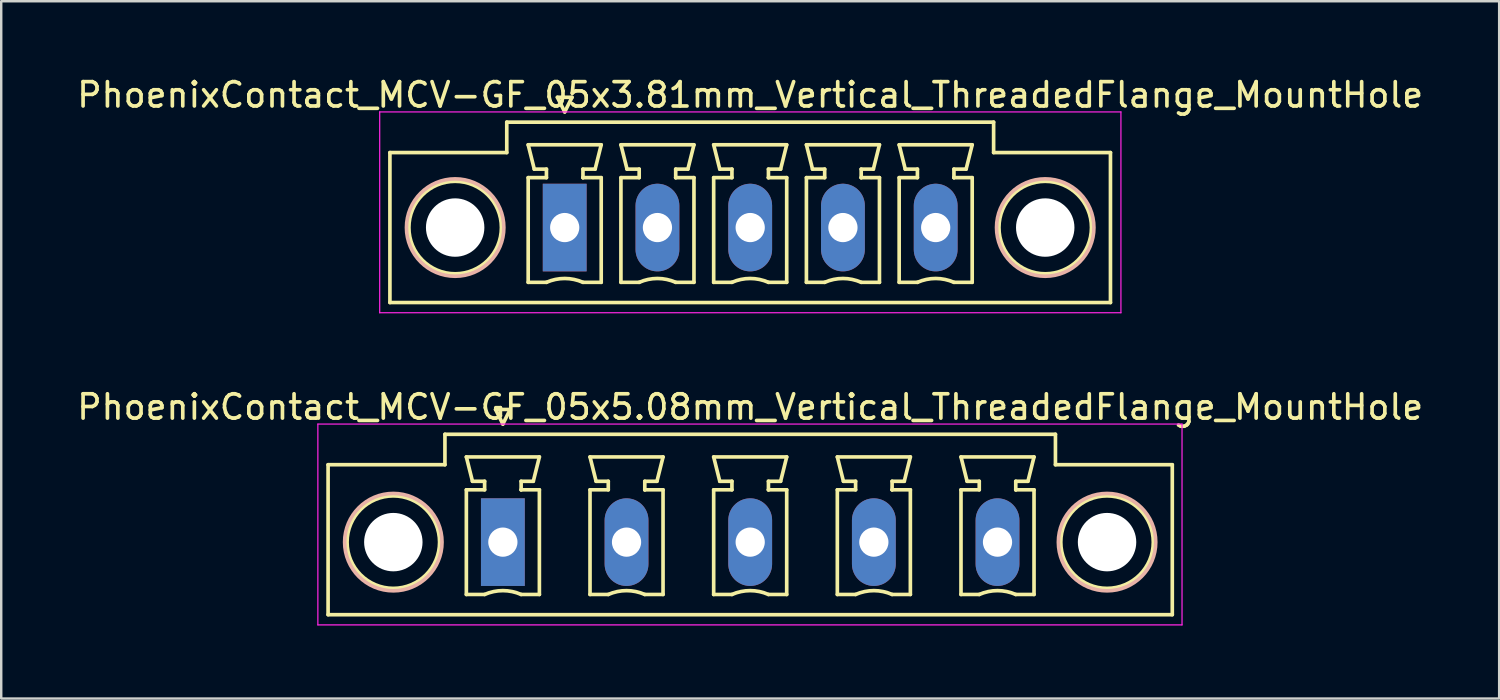
<source format=kicad_pcb>
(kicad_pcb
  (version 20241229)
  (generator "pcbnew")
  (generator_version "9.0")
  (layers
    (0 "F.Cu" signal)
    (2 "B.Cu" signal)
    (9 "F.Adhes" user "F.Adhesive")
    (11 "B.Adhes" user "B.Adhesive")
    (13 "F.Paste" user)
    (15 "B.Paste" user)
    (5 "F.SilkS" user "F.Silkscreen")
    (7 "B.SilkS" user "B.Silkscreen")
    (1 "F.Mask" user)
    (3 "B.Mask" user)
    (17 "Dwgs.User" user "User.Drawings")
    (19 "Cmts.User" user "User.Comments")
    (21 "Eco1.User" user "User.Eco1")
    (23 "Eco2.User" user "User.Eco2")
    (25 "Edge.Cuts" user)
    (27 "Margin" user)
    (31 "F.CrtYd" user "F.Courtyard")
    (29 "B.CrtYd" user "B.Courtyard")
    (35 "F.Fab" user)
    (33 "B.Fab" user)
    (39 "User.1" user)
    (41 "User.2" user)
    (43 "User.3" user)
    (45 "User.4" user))
  (footprint "PhoenixContact_MCV-GF_05x5.08mm_Vertical_ThreadedFlange_MountHole"
    (layer "F.Cu")
    (at 17.608 19.221)
    (property "Reference" "PhoenixContact_MCV-GF_05x5.08mm_Vertical_ThreadedFlange_MountHole" (at 10.16 -5.55 0) (layer "F.SilkS") (effects (font (size 1 1) (thickness 0.15))))
    (attr through_hole)
    (fp_line (start -7.18 -3.18) (end -7.18 2.98) (stroke (width 0.15) (type solid)) (layer "F.SilkS"))
    (fp_line (start -7.18 2.98) (end 27.5 2.98) (stroke (width 0.15) (type solid)) (layer "F.SilkS"))
    (fp_line (start -2.38 -4.43) (end -2.38 -3.18) (stroke (width 0.15) (type solid)) (layer "F.SilkS"))
    (fp_line (start -2.38 -3.18) (end -7.18 -3.18) (stroke (width 0.15) (type solid)) (layer "F.SilkS"))
    (fp_line (start -1.5 -3.5) (end 1.5 -3.5) (stroke (width 0.15) (type solid)) (layer "F.SilkS"))
    (fp_line (start -1.5 -2.15) (end -0.75 -2.15) (stroke (width 0.15) (type solid)) (layer "F.SilkS"))
    (fp_line (start -1.5 2.15) (end -1.5 -2.15) (stroke (width 0.15) (type solid)) (layer "F.SilkS"))
    (fp_line (start -1.25 -2.5) (end -1.5 -3.5) (stroke (width 0.15) (type solid)) (layer "F.SilkS"))
    (fp_line (start -0.75 -2.5) (end -1.25 -2.5) (stroke (width 0.15) (type solid)) (layer "F.SilkS"))
    (fp_line (start -0.75 -2.15) (end -0.75 -2.5) (stroke (width 0.15) (type solid)) (layer "F.SilkS"))
    (fp_line (start -0.75 2.15) (end -1.5 2.15) (stroke (width 0.15) (type solid)) (layer "F.SilkS"))
    (fp_line (start -0.3 -5.45) (end 0 -4.85) (stroke (width 0.15) (type solid)) (layer "F.SilkS"))
    (fp_line (start 0 -4.85) (end 0.3 -5.45) (stroke (width 0.15) (type solid)) (layer "F.SilkS"))
    (fp_line (start 0.3 -5.45) (end -0.3 -5.45) (stroke (width 0.15) (type solid)) (layer "F.SilkS"))
    (fp_line (start 0.75 -2.5) (end 0.75 -2.15) (stroke (width 0.15) (type solid)) (layer "F.SilkS"))
    (fp_line (start 0.75 -2.15) (end 0.75 -2.15) (stroke (width 0.15) (type solid)) (layer "F.SilkS"))
    (fp_line (start 0.75 -2.15) (end 1.5 -2.15) (stroke (width 0.15) (type solid)) (layer "F.SilkS"))
    (fp_line (start 1.25 -2.5) (end 0.75 -2.5) (stroke (width 0.15) (type solid)) (layer "F.SilkS"))
    (fp_line (start 1.5 -3.5) (end 1.25 -2.5) (stroke (width 0.15) (type solid)) (layer "F.SilkS"))
    (fp_line (start 1.5 -2.15) (end 1.5 2.15) (stroke (width 0.15) (type solid)) (layer "F.SilkS"))
    (fp_line (start 1.5 2.15) (end 0.75 2.15) (stroke (width 0.15) (type solid)) (layer "F.SilkS"))
    (fp_line (start 3.58 -3.5) (end 6.58 -3.5) (stroke (width 0.15) (type solid)) (layer "F.SilkS"))
    (fp_line (start 3.58 -2.15) (end 4.33 -2.15) (stroke (width 0.15) (type solid)) (layer "F.SilkS"))
    (fp_line (start 3.58 2.15) (end 3.58 -2.15) (stroke (width 0.15) (type solid)) (layer "F.SilkS"))
    (fp_line (start 3.83 -2.5) (end 3.58 -3.5) (stroke (width 0.15) (type solid)) (layer "F.SilkS"))
    (fp_line (start 4.33 -2.5) (end 3.83 -2.5) (stroke (width 0.15) (type solid)) (layer "F.SilkS"))
    (fp_line (start 4.33 -2.15) (end 4.33 -2.5) (stroke (width 0.15) (type solid)) (layer "F.SilkS"))
    (fp_line (start 4.33 2.15) (end 3.58 2.15) (stroke (width 0.15) (type solid)) (layer "F.SilkS"))
    (fp_line (start 5.83 -2.5) (end 5.83 -2.15) (stroke (width 0.15) (type solid)) (layer "F.SilkS"))
    (fp_line (start 5.83 -2.15) (end 5.83 -2.15) (stroke (width 0.15) (type solid)) (layer "F.SilkS"))
    (fp_line (start 5.83 -2.15) (end 6.58 -2.15) (stroke (width 0.15) (type solid)) (layer "F.SilkS"))
    (fp_line (start 6.33 -2.5) (end 5.83 -2.5) (stroke (width 0.15) (type solid)) (layer "F.SilkS"))
    (fp_line (start 6.58 -3.5) (end 6.33 -2.5) (stroke (width 0.15) (type solid)) (layer "F.SilkS"))
    (fp_line (start 6.58 -2.15) (end 6.58 2.15) (stroke (width 0.15) (type solid)) (layer "F.SilkS"))
    (fp_line (start 6.58 2.15) (end 5.83 2.15) (stroke (width 0.15) (type solid)) (layer "F.SilkS"))
    (fp_line (start 8.66 -3.5) (end 11.66 -3.5) (stroke (width 0.15) (type solid)) (layer "F.SilkS"))
    (fp_line (start 8.66 -2.15) (end 9.41 -2.15) (stroke (width 0.15) (type solid)) (layer "F.SilkS"))
    (fp_line (start 8.66 2.15) (end 8.66 -2.15) (stroke (width 0.15) (type solid)) (layer "F.SilkS"))
    (fp_line (start 8.91 -2.5) (end 8.66 -3.5) (stroke (width 0.15) (type solid)) (layer "F.SilkS"))
    (fp_line (start 9.41 -2.5) (end 8.91 -2.5) (stroke (width 0.15) (type solid)) (layer "F.SilkS"))
    (fp_line (start 9.41 -2.15) (end 9.41 -2.5) (stroke (width 0.15) (type solid)) (layer "F.SilkS"))
    (fp_line (start 9.41 2.15) (end 8.66 2.15) (stroke (width 0.15) (type solid)) (layer "F.SilkS"))
    (fp_line (start 10.91 -2.5) (end 10.91 -2.15) (stroke (width 0.15) (type solid)) (layer "F.SilkS"))
    (fp_line (start 10.91 -2.15) (end 10.91 -2.15) (stroke (width 0.15) (type solid)) (layer "F.SilkS"))
    (fp_line (start 10.91 -2.15) (end 11.66 -2.15) (stroke (width 0.15) (type solid)) (layer "F.SilkS"))
    (fp_line (start 11.41 -2.5) (end 10.91 -2.5) (stroke (width 0.15) (type solid)) (layer "F.SilkS"))
    (fp_line (start 11.66 -3.5) (end 11.41 -2.5) (stroke (width 0.15) (type solid)) (layer "F.SilkS"))
    (fp_line (start 11.66 -2.15) (end 11.66 2.15) (stroke (width 0.15) (type solid)) (layer "F.SilkS"))
    (fp_line (start 11.66 2.15) (end 10.91 2.15) (stroke (width 0.15) (type solid)) (layer "F.SilkS"))
    (fp_line (start 13.74 -3.5) (end 16.74 -3.5) (stroke (width 0.15) (type solid)) (layer "F.SilkS"))
    (fp_line (start 13.74 -2.15) (end 14.49 -2.15) (stroke (width 0.15) (type solid)) (layer "F.SilkS"))
    (fp_line (start 13.74 2.15) (end 13.74 -2.15) (stroke (width 0.15) (type solid)) (layer "F.SilkS"))
    (fp_line (start 13.99 -2.5) (end 13.74 -3.5) (stroke (width 0.15) (type solid)) (layer "F.SilkS"))
    (fp_line (start 14.49 -2.5) (end 13.99 -2.5) (stroke (width 0.15) (type solid)) (layer "F.SilkS"))
    (fp_line (start 14.49 -2.15) (end 14.49 -2.5) (stroke (width 0.15) (type solid)) (layer "F.SilkS"))
    (fp_line (start 14.49 2.15) (end 13.74 2.15) (stroke (width 0.15) (type solid)) (layer "F.SilkS"))
    (fp_line (start 15.99 -2.5) (end 15.99 -2.15) (stroke (width 0.15) (type solid)) (layer "F.SilkS"))
    (fp_line (start 15.99 -2.15) (end 15.99 -2.15) (stroke (width 0.15) (type solid)) (layer "F.SilkS"))
    (fp_line (start 15.99 -2.15) (end 16.74 -2.15) (stroke (width 0.15) (type solid)) (layer "F.SilkS"))
    (fp_line (start 16.49 -2.5) (end 15.99 -2.5) (stroke (width 0.15) (type solid)) (layer "F.SilkS"))
    (fp_line (start 16.74 -3.5) (end 16.49 -2.5) (stroke (width 0.15) (type solid)) (layer "F.SilkS"))
    (fp_line (start 16.74 -2.15) (end 16.74 2.15) (stroke (width 0.15) (type solid)) (layer "F.SilkS"))
    (fp_line (start 16.74 2.15) (end 15.99 2.15) (stroke (width 0.15) (type solid)) (layer "F.SilkS"))
    (fp_line (start 18.82 -3.5) (end 21.82 -3.5) (stroke (width 0.15) (type solid)) (layer "F.SilkS"))
    (fp_line (start 18.82 -2.15) (end 19.57 -2.15) (stroke (width 0.15) (type solid)) (layer "F.SilkS"))
    (fp_line (start 18.82 2.15) (end 18.82 -2.15) (stroke (width 0.15) (type solid)) (layer "F.SilkS"))
    (fp_line (start 19.07 -2.5) (end 18.82 -3.5) (stroke (width 0.15) (type solid)) (layer "F.SilkS"))
    (fp_line (start 19.57 -2.5) (end 19.07 -2.5) (stroke (width 0.15) (type solid)) (layer "F.SilkS"))
    (fp_line (start 19.57 -2.15) (end 19.57 -2.5) (stroke (width 0.15) (type solid)) (layer "F.SilkS"))
    (fp_line (start 19.57 2.15) (end 18.82 2.15) (stroke (width 0.15) (type solid)) (layer "F.SilkS"))
    (fp_line (start 21.07 -2.5) (end 21.07 -2.15) (stroke (width 0.15) (type solid)) (layer "F.SilkS"))
    (fp_line (start 21.07 -2.15) (end 21.07 -2.15) (stroke (width 0.15) (type solid)) (layer "F.SilkS"))
    (fp_line (start 21.07 -2.15) (end 21.82 -2.15) (stroke (width 0.15) (type solid)) (layer "F.SilkS"))
    (fp_line (start 21.57 -2.5) (end 21.07 -2.5) (stroke (width 0.15) (type solid)) (layer "F.SilkS"))
    (fp_line (start 21.82 -3.5) (end 21.57 -2.5) (stroke (width 0.15) (type solid)) (layer "F.SilkS"))
    (fp_line (start 21.82 -2.15) (end 21.82 2.15) (stroke (width 0.15) (type solid)) (layer "F.SilkS"))
    (fp_line (start 21.82 2.15) (end 21.07 2.15) (stroke (width 0.15) (type solid)) (layer "F.SilkS"))
    (fp_line (start 22.7 -4.43) (end -2.38 -4.43) (stroke (width 0.15) (type solid)) (layer "F.SilkS"))
    (fp_line (start 22.7 -3.18) (end 22.7 -4.43) (stroke (width 0.15) (type solid)) (layer "F.SilkS"))
    (fp_line (start 27.5 -3.18) (end 22.7 -3.18) (stroke (width 0.15) (type solid)) (layer "F.SilkS"))
    (fp_line (start 27.5 2.98) (end 27.5 -3.18) (stroke (width 0.15) (type solid)) (layer "F.SilkS"))
    (fp_arc (start -0.75 2.15) (mid -0.000193 1.99191) (end 0.749647 2.149844) (stroke (width 0.15) (type solid)) (layer "F.SilkS"))
    (fp_arc (start 4.33 2.15) (mid 5.079807 1.99191) (end 5.829647 2.149844) (stroke (width 0.15) (type solid)) (layer "F.SilkS"))
    (fp_arc (start 9.41 2.15) (mid 10.159807 1.99191) (end 10.909647 2.149844) (stroke (width 0.15) (type solid)) (layer "F.SilkS"))
    (fp_arc (start 14.49 2.15) (mid 15.239807 1.99191) (end 15.989647 2.149844) (stroke (width 0.15) (type solid)) (layer "F.SilkS"))
    (fp_arc (start 19.57 2.15) (mid 20.319807 1.99191) (end 21.069647 2.149844) (stroke (width 0.15) (type solid)) (layer "F.SilkS"))
    (fp_circle (center -4.5 0) (end -2.6 0) (stroke (width 0.15) (type solid)) (fill no) (layer "F.SilkS"))
    (fp_circle (center 24.82 0) (end 26.72 0) (stroke (width 0.15) (type solid)) (fill no) (layer "F.SilkS"))
    (fp_circle (center -4.5 0) (end -2.5 0) (stroke (width 0.15) (type solid)) (fill no) (layer "B.SilkS"))
    (fp_circle (center 24.82 0) (end 26.82 0) (stroke (width 0.15) (type solid)) (fill no) (layer "B.SilkS"))
    (fp_line (start -7.6 -4.85) (end -7.6 3.4) (stroke (width 0.05) (type solid)) (layer "F.CrtYd"))
    (fp_line (start -7.6 3.4) (end 27.9 3.4) (stroke (width 0.05) (type solid)) (layer "F.CrtYd"))
    (fp_line (start 27.9 -4.85) (end -7.6 -4.85) (stroke (width 0.05) (type solid)) (layer "F.CrtYd"))
    (fp_line (start 27.9 3.4) (end 27.9 -4.85) (stroke (width 0.05) (type solid)) (layer "F.CrtYd"))
    (pad "" np_thru_hole circle (at -4.5 0) (size 2.4 2.4) (drill 2.4) (layers "*.Cu" "*.Mask"))
    (pad "" np_thru_hole circle (at 24.82 0) (size 2.4 2.4) (drill 2.4) (layers "*.Cu" "*.Mask"))
    (pad "1" thru_hole rect (at 0 0) (size 1.8 3.6) (drill 1.2) (layers "*.Cu" "*.Mask"))
    (pad "2" thru_hole oval (at 5.08 0) (size 1.8 3.6) (drill 1.2) (layers "*.Cu" "*.Mask"))
    (pad "3" thru_hole oval (at 10.16 0) (size 1.8 3.6) (drill 1.2) (layers "*.Cu" "*.Mask"))
    (pad "4" thru_hole oval (at 15.24 0) (size 1.8 3.6) (drill 1.2) (layers "*.Cu" "*.Mask"))
    (pad "5" thru_hole oval (at 20.32 0) (size 1.8 3.6) (drill 1.2) (layers "*.Cu" "*.Mask")))
  (footprint "PhoenixContact_MCV-GF_05x3.81mm_Vertical_ThreadedFlange_MountHole"
    (layer "F.Cu")
    (at 20.148 6.298)
    (property "Reference" "PhoenixContact_MCV-GF_05x3.81mm_Vertical_ThreadedFlange_MountHole" (at 7.62 -5.45 0) (layer "F.SilkS") (effects (font (size 1 1) (thickness 0.15))))
    (attr through_hole)
    (fp_line (start -7.18 -3.08) (end -7.18 3.08) (stroke (width 0.15) (type solid)) (layer "F.SilkS"))
    (fp_line (start -7.18 3.08) (end 22.42 3.08) (stroke (width 0.15) (type solid)) (layer "F.SilkS"))
    (fp_line (start -2.38 -4.33) (end -2.38 -3.08) (stroke (width 0.15) (type solid)) (layer "F.SilkS"))
    (fp_line (start -2.38 -3.08) (end -7.18 -3.08) (stroke (width 0.15) (type solid)) (layer "F.SilkS"))
    (fp_line (start -1.5 -3.4) (end 1.5 -3.4) (stroke (width 0.15) (type solid)) (layer "F.SilkS"))
    (fp_line (start -1.5 -2.05) (end -0.75 -2.05) (stroke (width 0.15) (type solid)) (layer "F.SilkS"))
    (fp_line (start -1.5 2.25) (end -1.5 -2.05) (stroke (width 0.15) (type solid)) (layer "F.SilkS"))
    (fp_line (start -1.25 -2.4) (end -1.5 -3.4) (stroke (width 0.15) (type solid)) (layer "F.SilkS"))
    (fp_line (start -0.75 -2.4) (end -1.25 -2.4) (stroke (width 0.15) (type solid)) (layer "F.SilkS"))
    (fp_line (start -0.75 -2.05) (end -0.75 -2.4) (stroke (width 0.15) (type solid)) (layer "F.SilkS"))
    (fp_line (start -0.75 2.25) (end -1.5 2.25) (stroke (width 0.15) (type solid)) (layer "F.SilkS"))
    (fp_line (start -0.3 -5.35) (end 0 -4.75) (stroke (width 0.15) (type solid)) (layer "F.SilkS"))
    (fp_line (start 0 -4.75) (end 0.3 -5.35) (stroke (width 0.15) (type solid)) (layer "F.SilkS"))
    (fp_line (start 0.3 -5.35) (end -0.3 -5.35) (stroke (width 0.15) (type solid)) (layer "F.SilkS"))
    (fp_line (start 0.75 -2.4) (end 0.75 -2.05) (stroke (width 0.15) (type solid)) (layer "F.SilkS"))
    (fp_line (start 0.75 -2.05) (end 0.75 -2.05) (stroke (width 0.15) (type solid)) (layer "F.SilkS"))
    (fp_line (start 0.75 -2.05) (end 1.5 -2.05) (stroke (width 0.15) (type solid)) (layer "F.SilkS"))
    (fp_line (start 1.25 -2.4) (end 0.75 -2.4) (stroke (width 0.15) (type solid)) (layer "F.SilkS"))
    (fp_line (start 1.5 -3.4) (end 1.25 -2.4) (stroke (width 0.15) (type solid)) (layer "F.SilkS"))
    (fp_line (start 1.5 -2.05) (end 1.5 2.25) (stroke (width 0.15) (type solid)) (layer "F.SilkS"))
    (fp_line (start 1.5 2.25) (end 0.75 2.25) (stroke (width 0.15) (type solid)) (layer "F.SilkS"))
    (fp_line (start 2.31 -3.4) (end 5.31 -3.4) (stroke (width 0.15) (type solid)) (layer "F.SilkS"))
    (fp_line (start 2.31 -2.05) (end 3.06 -2.05) (stroke (width 0.15) (type solid)) (layer "F.SilkS"))
    (fp_line (start 2.31 2.25) (end 2.31 -2.05) (stroke (width 0.15) (type solid)) (layer "F.SilkS"))
    (fp_line (start 2.56 -2.4) (end 2.31 -3.4) (stroke (width 0.15) (type solid)) (layer "F.SilkS"))
    (fp_line (start 3.06 -2.4) (end 2.56 -2.4) (stroke (width 0.15) (type solid)) (layer "F.SilkS"))
    (fp_line (start 3.06 -2.05) (end 3.06 -2.4) (stroke (width 0.15) (type solid)) (layer "F.SilkS"))
    (fp_line (start 3.06 2.25) (end 2.31 2.25) (stroke (width 0.15) (type solid)) (layer "F.SilkS"))
    (fp_line (start 4.56 -2.4) (end 4.56 -2.05) (stroke (width 0.15) (type solid)) (layer "F.SilkS"))
    (fp_line (start 4.56 -2.05) (end 4.56 -2.05) (stroke (width 0.15) (type solid)) (layer "F.SilkS"))
    (fp_line (start 4.56 -2.05) (end 5.31 -2.05) (stroke (width 0.15) (type solid)) (layer "F.SilkS"))
    (fp_line (start 5.06 -2.4) (end 4.56 -2.4) (stroke (width 0.15) (type solid)) (layer "F.SilkS"))
    (fp_line (start 5.31 -3.4) (end 5.06 -2.4) (stroke (width 0.15) (type solid)) (layer "F.SilkS"))
    (fp_line (start 5.31 -2.05) (end 5.31 2.25) (stroke (width 0.15) (type solid)) (layer "F.SilkS"))
    (fp_line (start 5.31 2.25) (end 4.56 2.25) (stroke (width 0.15) (type solid)) (layer "F.SilkS"))
    (fp_line (start 6.12 -3.4) (end 9.12 -3.4) (stroke (width 0.15) (type solid)) (layer "F.SilkS"))
    (fp_line (start 6.12 -2.05) (end 6.87 -2.05) (stroke (width 0.15) (type solid)) (layer "F.SilkS"))
    (fp_line (start 6.12 2.25) (end 6.12 -2.05) (stroke (width 0.15) (type solid)) (layer "F.SilkS"))
    (fp_line (start 6.37 -2.4) (end 6.12 -3.4) (stroke (width 0.15) (type solid)) (layer "F.SilkS"))
    (fp_line (start 6.87 -2.4) (end 6.37 -2.4) (stroke (width 0.15) (type solid)) (layer "F.SilkS"))
    (fp_line (start 6.87 -2.05) (end 6.87 -2.4) (stroke (width 0.15) (type solid)) (layer "F.SilkS"))
    (fp_line (start 6.87 2.25) (end 6.12 2.25) (stroke (width 0.15) (type solid)) (layer "F.SilkS"))
    (fp_line (start 8.37 -2.4) (end 8.37 -2.05) (stroke (width 0.15) (type solid)) (layer "F.SilkS"))
    (fp_line (start 8.37 -2.05) (end 8.37 -2.05) (stroke (width 0.15) (type solid)) (layer "F.SilkS"))
    (fp_line (start 8.37 -2.05) (end 9.12 -2.05) (stroke (width 0.15) (type solid)) (layer "F.SilkS"))
    (fp_line (start 8.87 -2.4) (end 8.37 -2.4) (stroke (width 0.15) (type solid)) (layer "F.SilkS"))
    (fp_line (start 9.12 -3.4) (end 8.87 -2.4) (stroke (width 0.15) (type solid)) (layer "F.SilkS"))
    (fp_line (start 9.12 -2.05) (end 9.12 2.25) (stroke (width 0.15) (type solid)) (layer "F.SilkS"))
    (fp_line (start 9.12 2.25) (end 8.37 2.25) (stroke (width 0.15) (type solid)) (layer "F.SilkS"))
    (fp_line (start 9.93 -3.4) (end 12.93 -3.4) (stroke (width 0.15) (type solid)) (layer "F.SilkS"))
    (fp_line (start 9.93 -2.05) (end 10.68 -2.05) (stroke (width 0.15) (type solid)) (layer "F.SilkS"))
    (fp_line (start 9.93 2.25) (end 9.93 -2.05) (stroke (width 0.15) (type solid)) (layer "F.SilkS"))
    (fp_line (start 10.18 -2.4) (end 9.93 -3.4) (stroke (width 0.15) (type solid)) (layer "F.SilkS"))
    (fp_line (start 10.68 -2.4) (end 10.18 -2.4) (stroke (width 0.15) (type solid)) (layer "F.SilkS"))
    (fp_line (start 10.68 -2.05) (end 10.68 -2.4) (stroke (width 0.15) (type solid)) (layer "F.SilkS"))
    (fp_line (start 10.68 2.25) (end 9.93 2.25) (stroke (width 0.15) (type solid)) (layer "F.SilkS"))
    (fp_line (start 12.18 -2.4) (end 12.18 -2.05) (stroke (width 0.15) (type solid)) (layer "F.SilkS"))
    (fp_line (start 12.18 -2.05) (end 12.18 -2.05) (stroke (width 0.15) (type solid)) (layer "F.SilkS"))
    (fp_line (start 12.18 -2.05) (end 12.93 -2.05) (stroke (width 0.15) (type solid)) (layer "F.SilkS"))
    (fp_line (start 12.68 -2.4) (end 12.18 -2.4) (stroke (width 0.15) (type solid)) (layer "F.SilkS"))
    (fp_line (start 12.93 -3.4) (end 12.68 -2.4) (stroke (width 0.15) (type solid)) (layer "F.SilkS"))
    (fp_line (start 12.93 -2.05) (end 12.93 2.25) (stroke (width 0.15) (type solid)) (layer "F.SilkS"))
    (fp_line (start 12.93 2.25) (end 12.18 2.25) (stroke (width 0.15) (type solid)) (layer "F.SilkS"))
    (fp_line (start 13.74 -3.4) (end 16.74 -3.4) (stroke (width 0.15) (type solid)) (layer "F.SilkS"))
    (fp_line (start 13.74 -2.05) (end 14.49 -2.05) (stroke (width 0.15) (type solid)) (layer "F.SilkS"))
    (fp_line (start 13.74 2.25) (end 13.74 -2.05) (stroke (width 0.15) (type solid)) (layer "F.SilkS"))
    (fp_line (start 13.99 -2.4) (end 13.74 -3.4) (stroke (width 0.15) (type solid)) (layer "F.SilkS"))
    (fp_line (start 14.49 -2.4) (end 13.99 -2.4) (stroke (width 0.15) (type solid)) (layer "F.SilkS"))
    (fp_line (start 14.49 -2.05) (end 14.49 -2.4) (stroke (width 0.15) (type solid)) (layer "F.SilkS"))
    (fp_line (start 14.49 2.25) (end 13.74 2.25) (stroke (width 0.15) (type solid)) (layer "F.SilkS"))
    (fp_line (start 15.99 -2.4) (end 15.99 -2.05) (stroke (width 0.15) (type solid)) (layer "F.SilkS"))
    (fp_line (start 15.99 -2.05) (end 15.99 -2.05) (stroke (width 0.15) (type solid)) (layer "F.SilkS"))
    (fp_line (start 15.99 -2.05) (end 16.74 -2.05) (stroke (width 0.15) (type solid)) (layer "F.SilkS"))
    (fp_line (start 16.49 -2.4) (end 15.99 -2.4) (stroke (width 0.15) (type solid)) (layer "F.SilkS"))
    (fp_line (start 16.74 -3.4) (end 16.49 -2.4) (stroke (width 0.15) (type solid)) (layer "F.SilkS"))
    (fp_line (start 16.74 -2.05) (end 16.74 2.25) (stroke (width 0.15) (type solid)) (layer "F.SilkS"))
    (fp_line (start 16.74 2.25) (end 15.99 2.25) (stroke (width 0.15) (type solid)) (layer "F.SilkS"))
    (fp_line (start 17.62 -4.33) (end -2.38 -4.33) (stroke (width 0.15) (type solid)) (layer "F.SilkS"))
    (fp_line (start 17.62 -3.08) (end 17.62 -4.33) (stroke (width 0.15) (type solid)) (layer "F.SilkS"))
    (fp_line (start 22.42 -3.08) (end 17.62 -3.08) (stroke (width 0.15) (type solid)) (layer "F.SilkS"))
    (fp_line (start 22.42 3.08) (end 22.42 -3.08) (stroke (width 0.15) (type solid)) (layer "F.SilkS"))
    (fp_arc (start -0.75 2.25) (mid -0.000193 2.09191) (end 0.749647 2.249844) (stroke (width 0.15) (type solid)) (layer "F.SilkS"))
    (fp_arc (start 3.06 2.25) (mid 3.809807 2.09191) (end 4.559647 2.249844) (stroke (width 0.15) (type solid)) (layer "F.SilkS"))
    (fp_arc (start 6.87 2.25) (mid 7.619807 2.09191) (end 8.369647 2.249844) (stroke (width 0.15) (type solid)) (layer "F.SilkS"))
    (fp_arc (start 10.68 2.25) (mid 11.429807 2.09191) (end 12.179647 2.249844) (stroke (width 0.15) (type solid)) (layer "F.SilkS"))
    (fp_arc (start 14.49 2.25) (mid 15.239807 2.09191) (end 15.989647 2.249844) (stroke (width 0.15) (type solid)) (layer "F.SilkS"))
    (fp_circle (center -4.5 0) (end -2.6 0) (stroke (width 0.15) (type solid)) (fill no) (layer "F.SilkS"))
    (fp_circle (center 19.74 0) (end 21.64 0) (stroke (width 0.15) (type solid)) (fill no) (layer "F.SilkS"))
    (fp_circle (center -4.5 0) (end -2.5 0) (stroke (width 0.15) (type solid)) (fill no) (layer "B.SilkS"))
    (fp_circle (center 19.74 0) (end 21.74 0) (stroke (width 0.15) (type solid)) (fill no) (layer "B.SilkS"))
    (fp_line (start -7.6 -4.75) (end -7.6 3.5) (stroke (width 0.05) (type solid)) (layer "F.CrtYd"))
    (fp_line (start -7.6 3.5) (end 22.85 3.5) (stroke (width 0.05) (type solid)) (layer "F.CrtYd"))
    (fp_line (start 22.85 -4.75) (end -7.6 -4.75) (stroke (width 0.05) (type solid)) (layer "F.CrtYd"))
    (fp_line (start 22.85 3.5) (end 22.85 -4.75) (stroke (width 0.05) (type solid)) (layer "F.CrtYd"))
    (pad "" np_thru_hole circle (at -4.5 0) (size 2.4 2.4) (drill 2.4) (layers "*.Cu" "*.Mask"))
    (pad "" np_thru_hole circle (at 19.74 0) (size 2.4 2.4) (drill 2.4) (layers "*.Cu" "*.Mask"))
    (pad "1" thru_hole rect (at 0 0) (size 1.8 3.6) (drill 1.2) (layers "*.Cu" "*.Mask"))
    (pad "2" thru_hole oval (at 3.81 0) (size 1.8 3.6) (drill 1.2) (layers "*.Cu" "*.Mask"))
    (pad "3" thru_hole oval (at 7.62 0) (size 1.8 3.6) (drill 1.2) (layers "*.Cu" "*.Mask"))
    (pad "4" thru_hole oval (at 11.43 0) (size 1.8 3.6) (drill 1.2) (layers "*.Cu" "*.Mask"))
    (pad "5" thru_hole oval (at 15.24 0) (size 1.8 3.6) (drill 1.2) (layers "*.Cu" "*.Mask")))
  (gr_rect
    (start -3 -3)
    (end 58.536 25.646)
    (stroke (width 0.1) (type default))
    (fill no)
    (layer "Edge.Cuts")))
</source>
